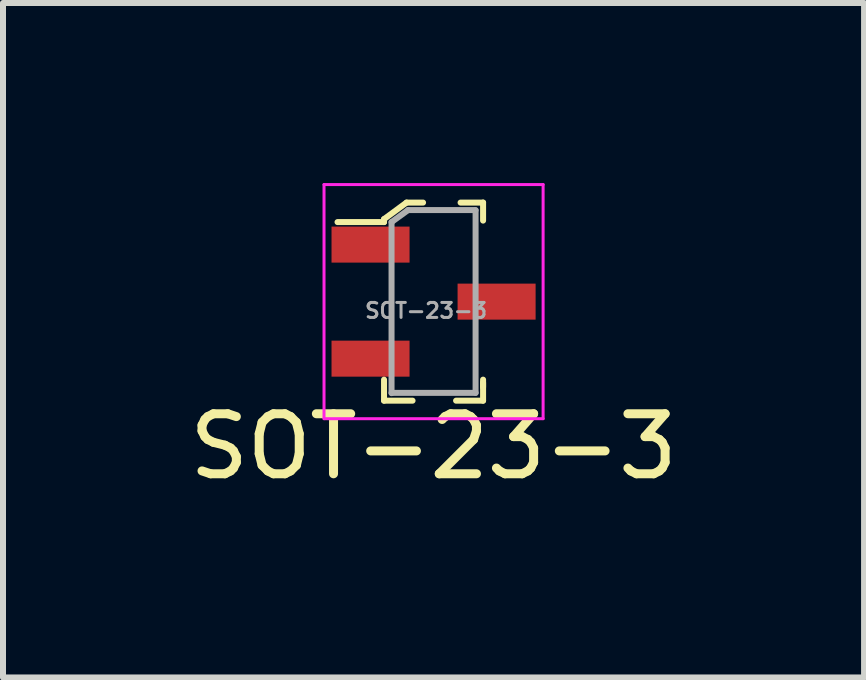
<source format=kicad_pcb>
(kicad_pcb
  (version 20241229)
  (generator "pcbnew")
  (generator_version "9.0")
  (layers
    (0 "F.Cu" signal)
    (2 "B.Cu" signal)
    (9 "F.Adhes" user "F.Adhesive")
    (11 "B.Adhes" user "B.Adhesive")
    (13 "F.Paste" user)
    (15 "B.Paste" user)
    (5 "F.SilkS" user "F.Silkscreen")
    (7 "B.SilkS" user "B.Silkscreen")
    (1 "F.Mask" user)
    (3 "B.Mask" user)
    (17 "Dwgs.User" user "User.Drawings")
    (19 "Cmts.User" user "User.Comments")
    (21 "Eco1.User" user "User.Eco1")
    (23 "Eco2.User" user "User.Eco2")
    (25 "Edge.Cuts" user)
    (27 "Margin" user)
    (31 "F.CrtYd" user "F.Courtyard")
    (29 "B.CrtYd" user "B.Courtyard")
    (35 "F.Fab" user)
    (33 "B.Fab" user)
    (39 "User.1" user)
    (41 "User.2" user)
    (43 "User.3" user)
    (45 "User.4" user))
  (footprint "SOT-23-3"
    (layer "F.Cu")
    (at 4.173 1.975)
    (property "Reference" "SOT-23-3" (at 0 2.413 0) (layer "F.SilkS") (effects (font (size 1 1) (thickness 0.15))))
    (attr smd)
    (fp_line (start -0.825 -1.375) (end -0.825 -1.325) (stroke (width 0.1) (type solid)) (layer "F.SilkS"))
    (fp_line (start -0.825 -1.325) (end -1.6 -1.325) (stroke (width 0.1) (type solid)) (layer "F.SilkS"))
    (fp_line (start -0.825 1.65) (end -0.825 1.3) (stroke (width 0.1) (type solid)) (layer "F.SilkS"))
    (fp_line (start -0.45 -1.65) (end -0.825 -1.375) (stroke (width 0.1) (type solid)) (layer "F.SilkS"))
    (fp_line (start -0.35 1.65) (end -0.825 1.65) (stroke (width 0.1) (type solid)) (layer "F.SilkS"))
    (fp_line (start -0.175 -1.65) (end -0.45 -1.65) (stroke (width 0.1) (type solid)) (layer "F.SilkS"))
    (fp_line (start 0.45 -1.65) (end 0.825 -1.65) (stroke (width 0.1) (type solid)) (layer "F.SilkS"))
    (fp_line (start 0.825 -1.65) (end 0.825 -1.35) (stroke (width 0.1) (type solid)) (layer "F.SilkS"))
    (fp_line (start 0.825 1.35) (end 0.825 1.65) (stroke (width 0.1) (type solid)) (layer "F.SilkS"))
    (fp_line (start 0.825 1.425) (end 0.825 1.3) (stroke (width 0.1) (type solid)) (layer "F.SilkS"))
    (fp_line (start 0.825 1.65) (end 0.375 1.65) (stroke (width 0.1) (type solid)) (layer "F.SilkS"))
    (fp_line (start -1.825 -1.95) (end -1.825 1.95) (stroke (width 0.05) (type solid)) (layer "F.CrtYd"))
    (fp_line (start -1.825 -1.95) (end 1.825 -1.95) (stroke (width 0.05) (type solid)) (layer "F.CrtYd"))
    (fp_line (start 1.825 -1.95) (end 1.825 1.95) (stroke (width 0.05) (type solid)) (layer "F.CrtYd"))
    (fp_line (start 1.825 1.95) (end -1.825 1.95) (stroke (width 0.05) (type solid)) (layer "F.CrtYd"))
    (fp_line (start -0.7 -1.325) (end -0.7 1.525) (stroke (width 0.1) (type solid)) (layer "F.Fab"))
    (fp_line (start -0.7 1.52) (end 0.7 1.52) (stroke (width 0.1) (type solid)) (layer "F.Fab"))
    (fp_line (start -0.425 -1.525) (end -0.7 -1.325) (stroke (width 0.1) (type solid)) (layer "F.Fab"))
    (fp_line (start -0.425 -1.525) (end 0.7 -1.525) (stroke (width 0.1) (type solid)) (layer "F.Fab"))
    (fp_line (start 0.7 1.52) (end 0.7 -1.52) (stroke (width 0.1) (type solid)) (layer "F.Fab"))
    (fp_text user "${REFERENCE}" (at -0.125 0.15 0) (layer "F.Fab") (effects (font (size 0.25 0.25) (thickness 0.05))))
    (pad "1" smd rect (at -1.05 -0.95) (size 1.3 0.6) (layers "F.Cu" "F.Mask" "F.Paste"))
    (pad "2" smd rect (at -1.05 0.95) (size 1.3 0.6) (layers "F.Cu" "F.Mask" "F.Paste"))
    (pad "3" smd rect (at 1.05 0) (size 1.3 0.6) (layers "F.Cu" "F.Mask" "F.Paste")))
  (gr_rect
    (start -3 -3)
    (end 11.345 8.236)
    (stroke (width 0.1) (type default))
    (fill no)
    (layer "Edge.Cuts")))
</source>
